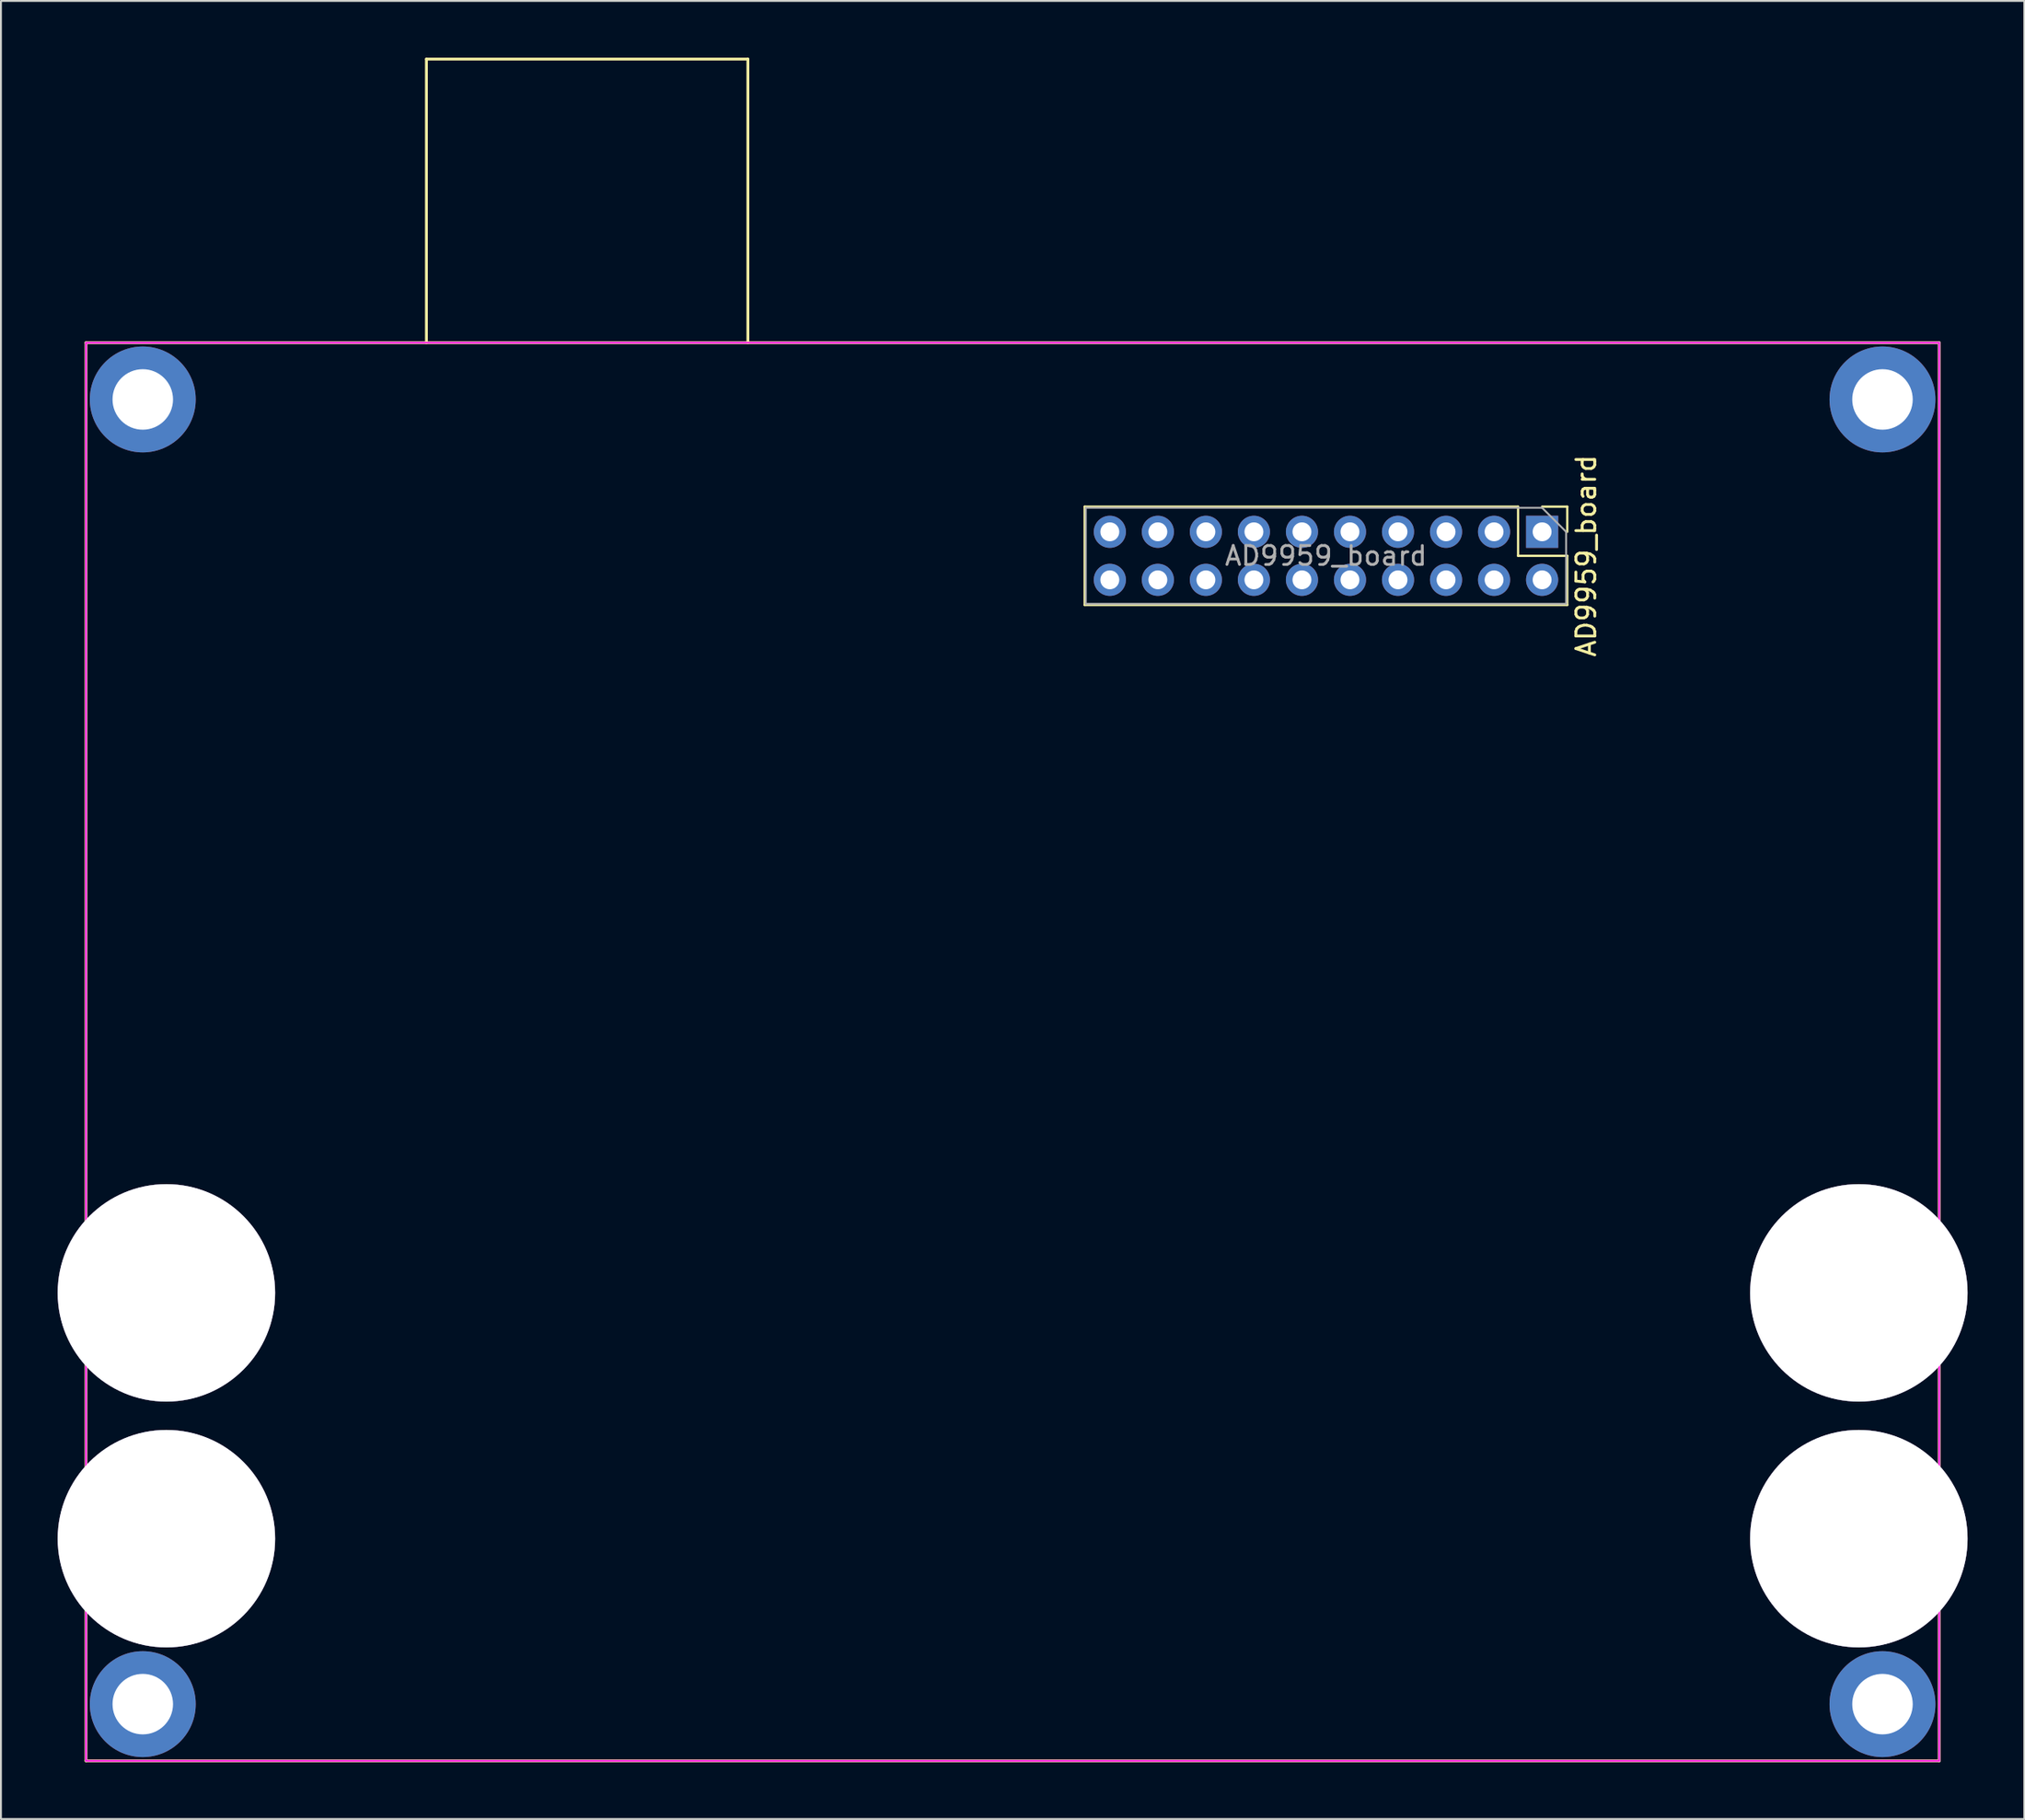
<source format=kicad_pcb>
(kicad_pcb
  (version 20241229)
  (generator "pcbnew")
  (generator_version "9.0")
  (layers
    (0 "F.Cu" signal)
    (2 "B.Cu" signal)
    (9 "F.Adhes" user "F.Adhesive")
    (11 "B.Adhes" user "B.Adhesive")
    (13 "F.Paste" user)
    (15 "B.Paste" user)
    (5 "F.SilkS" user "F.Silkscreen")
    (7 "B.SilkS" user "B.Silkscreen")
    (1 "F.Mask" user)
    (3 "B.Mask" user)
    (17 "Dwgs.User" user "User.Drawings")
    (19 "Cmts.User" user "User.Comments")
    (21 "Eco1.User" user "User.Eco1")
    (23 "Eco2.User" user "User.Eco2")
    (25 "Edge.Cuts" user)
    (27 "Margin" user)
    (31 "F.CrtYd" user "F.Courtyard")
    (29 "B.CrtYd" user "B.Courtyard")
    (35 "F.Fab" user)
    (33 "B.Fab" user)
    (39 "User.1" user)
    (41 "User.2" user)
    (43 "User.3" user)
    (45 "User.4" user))
  (footprint "AD9959_board"
    (layer "F.Cu")
    (at 1.5 15.075)
    (property "Reference" "AD9959_board" (at 79.33 11.27 270) (layer "F.SilkS") (effects (font (size 1 1) (thickness 0.15))))
    (attr through_hole)
    (fp_line (start 0 0) (end 98 0) (stroke (width 0.15) (type solid)) (layer "F.SilkS"))
    (fp_line (start 0 75) (end 0 0) (stroke (width 0.15) (type solid)) (layer "F.SilkS"))
    (fp_line (start 18 -15) (end 18 0) (stroke (width 0.15) (type solid)) (layer "F.SilkS"))
    (fp_line (start 35 -15) (end 18 -15) (stroke (width 0.15) (type solid)) (layer "F.SilkS"))
    (fp_line (start 35 0) (end 35 -15) (stroke (width 0.15) (type solid)) (layer "F.SilkS"))
    (fp_line (start 52.81 8.67) (end 52.81 13.87) (stroke (width 0.12) (type solid)) (layer "F.SilkS"))
    (fp_line (start 75.73 8.67) (end 52.81 8.67) (stroke (width 0.12) (type solid)) (layer "F.SilkS"))
    (fp_line (start 75.73 8.67) (end 75.73 11.27) (stroke (width 0.12) (type solid)) (layer "F.SilkS"))
    (fp_line (start 75.73 11.27) (end 78.33 11.27) (stroke (width 0.12) (type solid)) (layer "F.SilkS"))
    (fp_line (start 77 8.67) (end 78.33 8.67) (stroke (width 0.12) (type solid)) (layer "F.SilkS"))
    (fp_line (start 78.33 8.67) (end 78.33 10) (stroke (width 0.12) (type solid)) (layer "F.SilkS"))
    (fp_line (start 78.33 11.27) (end 78.33 13.87) (stroke (width 0.12) (type solid)) (layer "F.SilkS"))
    (fp_line (start 78.33 13.87) (end 52.81 13.87) (stroke (width 0.12) (type solid)) (layer "F.SilkS"))
    (fp_line (start 98 0) (end 98 75) (stroke (width 0.15) (type solid)) (layer "F.SilkS"))
    (fp_line (start 98 75) (end 0 75) (stroke (width 0.15) (type solid)) (layer "F.SilkS"))
    (fp_line (start 0 0) (end 98 0) (stroke (width 0.1) (type solid)) (layer "F.CrtYd"))
    (fp_line (start 0 75) (end 0 0) (stroke (width 0.1) (type solid)) (layer "F.CrtYd"))
    (fp_line (start 98 0) (end 98 75) (stroke (width 0.1) (type solid)) (layer "F.CrtYd"))
    (fp_line (start 98 75) (end 0 75) (stroke (width 0.1) (type solid)) (layer "F.CrtYd"))
    (fp_line (start 52.87 8.73) (end 77 8.73) (stroke (width 0.1) (type solid)) (layer "F.Fab"))
    (fp_line (start 52.87 13.81) (end 52.87 8.73) (stroke (width 0.1) (type solid)) (layer "F.Fab"))
    (fp_line (start 77 8.73) (end 78.27 10) (stroke (width 0.1) (type solid)) (layer "F.Fab"))
    (fp_line (start 78.27 10) (end 78.27 13.81) (stroke (width 0.1) (type solid)) (layer "F.Fab"))
    (fp_line (start 78.27 13.81) (end 52.87 13.81) (stroke (width 0.1) (type solid)) (layer "F.Fab"))
    (fp_text user "${REFERENCE}" (at 65.57 11.27 0) (layer "F.Fab") (effects (font (size 1 1) (thickness 0.15))))
    (pad "1" thru_hole rect (at 77 10 270) (size 1.7 1.7) (drill 1) (layers "*.Cu" "*.Mask"))
    (pad "2" thru_hole oval (at 77 12.54 270) (size 1.7 1.7) (drill 1) (layers "*.Cu" "*.Mask"))
    (pad "3" thru_hole oval (at 74.46 10 270) (size 1.7 1.7) (drill 1) (layers "*.Cu" "*.Mask"))
    (pad "4" thru_hole oval (at 74.46 12.54 270) (size 1.7 1.7) (drill 1) (layers "*.Cu" "*.Mask"))
    (pad "5" thru_hole oval (at 71.92 10 270) (size 1.7 1.7) (drill 1) (layers "*.Cu" "*.Mask"))
    (pad "6" thru_hole oval (at 71.92 12.54 270) (size 1.7 1.7) (drill 1) (layers "*.Cu" "*.Mask"))
    (pad "7" thru_hole oval (at 69.38 10 270) (size 1.7 1.7) (drill 1) (layers "*.Cu" "*.Mask"))
    (pad "8" thru_hole oval (at 69.38 12.54 270) (size 1.7 1.7) (drill 1) (layers "*.Cu" "*.Mask"))
    (pad "9" thru_hole oval (at 66.84 10 270) (size 1.7 1.7) (drill 1) (layers "*.Cu" "*.Mask"))
    (pad "10" thru_hole oval (at 66.84 12.54 270) (size 1.7 1.7) (drill 1) (layers "*.Cu" "*.Mask"))
    (pad "11" thru_hole oval (at 64.3 10 270) (size 1.7 1.7) (drill 1) (layers "*.Cu" "*.Mask"))
    (pad "12" thru_hole oval (at 64.3 12.54 270) (size 1.7 1.7) (drill 1) (layers "*.Cu" "*.Mask"))
    (pad "13" thru_hole oval (at 61.76 10 270) (size 1.7 1.7) (drill 1) (layers "*.Cu" "*.Mask"))
    (pad "14" thru_hole oval (at 61.76 12.54 270) (size 1.7 1.7) (drill 1) (layers "*.Cu" "*.Mask"))
    (pad "15" thru_hole oval (at 59.22 10 270) (size 1.7 1.7) (drill 1) (layers "*.Cu" "*.Mask"))
    (pad "16" thru_hole oval (at 59.22 12.54 270) (size 1.7 1.7) (drill 1) (layers "*.Cu" "*.Mask"))
    (pad "17" thru_hole oval (at 56.68 10 270) (size 1.7 1.7) (drill 1) (layers "*.Cu" "*.Mask"))
    (pad "18" thru_hole oval (at 56.68 12.54 270) (size 1.7 1.7) (drill 1) (layers "*.Cu" "*.Mask"))
    (pad "19" thru_hole oval (at 54.14 10 270) (size 1.7 1.7) (drill 1) (layers "*.Cu" "*.Mask"))
    (pad "20" thru_hole oval (at 54.14 12.54 270) (size 1.7 1.7) (drill 1) (layers "*.Cu" "*.Mask"))
    (pad "~" thru_hole circle (at 3 3) (size 5.6 5.6) (drill 3.2) (layers "*.Cu" "*.Mask"))
    (pad "~" thru_hole circle (at 3 72) (size 5.6 5.6) (drill 3.2) (layers "*.Cu" "*.Mask"))
    (pad "~" thru_hole circle (at 4.25 50.25) (size 11.5 11.5) (drill 11.5) (layers "*.Cu" "*.Mask"))
    (pad "~" thru_hole circle (at 4.25 63.25) (size 11.5 11.5) (drill 11.5) (layers "*.Cu" "*.Mask"))
    (pad "~" thru_hole circle (at 93.75 50.25) (size 11.5 11.5) (drill 11.5) (layers "*.Cu" "*.Mask"))
    (pad "~" thru_hole circle (at 93.75 63.25) (size 11.5 11.5) (drill 11.5) (layers "*.Cu" "*.Mask"))
    (pad "~" thru_hole circle (at 95 3) (size 5.6 5.6) (drill 3.2) (layers "*.Cu" "*.Mask"))
    (pad "~" thru_hole circle (at 95 72) (size 5.6 5.6) (drill 3.2) (layers "*.Cu" "*.Mask")))
  (gr_rect
    (start -3 -3)
    (end 104 93.15)
    (stroke (width 0.1) (type default))
    (fill no)
    (layer "Edge.Cuts")))
</source>
